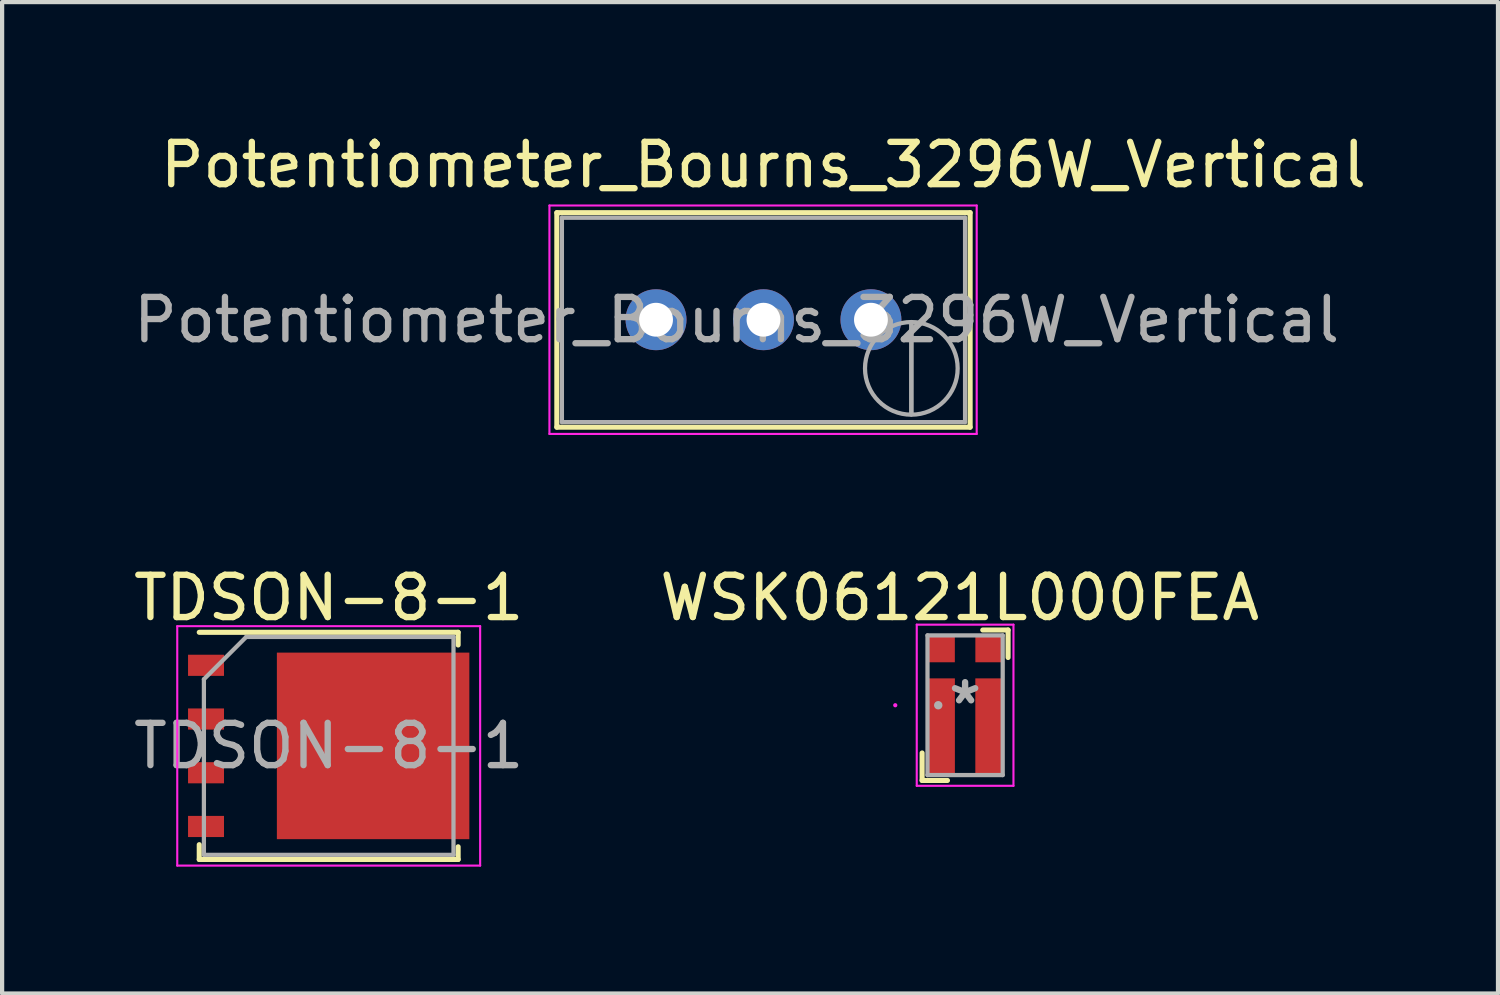
<source format=kicad_pcb>
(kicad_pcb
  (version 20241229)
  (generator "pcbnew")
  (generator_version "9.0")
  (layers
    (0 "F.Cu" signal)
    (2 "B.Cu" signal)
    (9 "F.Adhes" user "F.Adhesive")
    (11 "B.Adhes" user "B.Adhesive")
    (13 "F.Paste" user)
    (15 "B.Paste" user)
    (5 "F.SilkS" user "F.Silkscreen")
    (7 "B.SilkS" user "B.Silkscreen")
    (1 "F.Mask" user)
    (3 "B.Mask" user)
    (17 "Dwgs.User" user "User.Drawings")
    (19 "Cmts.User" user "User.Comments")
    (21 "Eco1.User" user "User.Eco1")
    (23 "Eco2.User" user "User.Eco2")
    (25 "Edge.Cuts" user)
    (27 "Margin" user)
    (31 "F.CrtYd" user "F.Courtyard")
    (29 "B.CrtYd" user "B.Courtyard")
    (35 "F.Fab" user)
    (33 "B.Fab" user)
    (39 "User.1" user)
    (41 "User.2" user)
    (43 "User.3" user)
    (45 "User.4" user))
  (footprint "Potentiometer_Bourns_3296W_Vertical"
    (layer "F.Cu")
    (at 17.538 4.508)
    (property "Reference" "Potentiometer_Bourns_3296W_Vertical" (at -2.54 -3.66 0) (layer "F.SilkS") (effects (font (size 1 1) (thickness 0.15))))
    (attr through_hole)
    (fp_line (start -7.425 -2.53) (end -7.425 2.54) (stroke (width 0.12) (type solid)) (layer "F.SilkS"))
    (fp_line (start -7.425 -2.53) (end 2.345 -2.53) (stroke (width 0.12) (type solid)) (layer "F.SilkS"))
    (fp_line (start -7.425 2.54) (end 2.345 2.54) (stroke (width 0.12) (type solid)) (layer "F.SilkS"))
    (fp_line (start 2.345 -2.53) (end 2.345 2.54) (stroke (width 0.12) (type solid)) (layer "F.SilkS"))
    (fp_line (start -7.6 -2.7) (end -7.6 2.7) (stroke (width 0.05) (type solid)) (layer "F.CrtYd"))
    (fp_line (start -7.6 2.7) (end 2.5 2.7) (stroke (width 0.05) (type solid)) (layer "F.CrtYd"))
    (fp_line (start 2.5 -2.7) (end -7.6 -2.7) (stroke (width 0.05) (type solid)) (layer "F.CrtYd"))
    (fp_line (start 2.5 2.7) (end 2.5 -2.7) (stroke (width 0.05) (type solid)) (layer "F.CrtYd"))
    (fp_line (start -7.305 -2.41) (end -7.305 2.42) (stroke (width 0.1) (type solid)) (layer "F.Fab"))
    (fp_line (start -7.305 2.42) (end 2.225 2.42) (stroke (width 0.1) (type solid)) (layer "F.Fab"))
    (fp_line (start 0.955 2.235) (end 0.956 0.066) (stroke (width 0.1) (type solid)) (layer "F.Fab"))
    (fp_line (start 0.955 2.235) (end 0.956 0.066) (stroke (width 0.1) (type solid)) (layer "F.Fab"))
    (fp_line (start 2.225 -2.41) (end -7.305 -2.41) (stroke (width 0.1) (type solid)) (layer "F.Fab"))
    (fp_line (start 2.225 2.42) (end 2.225 -2.41) (stroke (width 0.1) (type solid)) (layer "F.Fab"))
    (fp_circle (center 0.955 1.15) (end 2.05 1.15) (stroke (width 0.1) (type solid)) (fill no) (layer "F.Fab"))
    (fp_text user "${REFERENCE}" (at -3.175 0.005 0) (layer "F.Fab") (effects (font (size 1 1) (thickness 0.15))))
    (pad "1" thru_hole circle (at 0 0) (size 1.44 1.44) (drill 0.8) (layers "*.Cu" "*.Mask"))
    (pad "2" thru_hole circle (at -2.54 0) (size 1.44 1.44) (drill 0.8) (layers "*.Cu" "*.Mask"))
    (pad "3" thru_hole circle (at -5.08 0) (size 1.44 1.44) (drill 0.8) (layers "*.Cu" "*.Mask")))
  (footprint "WSK06121L000FEA"
    (layer "F.Cu")
    (at 19.764 13.621)
    (property "Reference" "WSK06121L000FEA" (at -0.127 -2.54 0) (layer "F.SilkS") (effects (font (size 1 1) (thickness 0.15))))
    (attr through_hole)
    (fp_line (start -1.016 1.128) (end -1.016 1.778) (stroke (width 0.12) (type solid)) (layer "F.SilkS"))
    (fp_line (start -1.016 1.778) (end -0.417 1.778) (stroke (width 0.12) (type solid)) (layer "F.SilkS"))
    (fp_line (start 1.016 -1.778) (end 0.417 -1.778) (stroke (width 0.12) (type solid)) (layer "F.SilkS"))
    (fp_line (start 1.016 -1.128) (end 1.016 -1.778) (stroke (width 0.12) (type solid)) (layer "F.SilkS"))
    (fp_line (start -1.143 -1.905) (end -1.143 1.905) (stroke (width 0.05) (type solid)) (layer "F.CrtYd"))
    (fp_line (start -1.143 1.905) (end 1.143 1.905) (stroke (width 0.05) (type solid)) (layer "F.CrtYd"))
    (fp_line (start 1.143 -1.905) (end -1.143 -1.905) (stroke (width 0.05) (type solid)) (layer "F.CrtYd"))
    (fp_line (start 1.143 1.905) (end 1.143 -1.905) (stroke (width 0.05) (type solid)) (layer "F.CrtYd"))
    (fp_circle (center -1.651 0) (end -1.651 0) (stroke (width 0.05) (type solid)) (fill no) (layer "F.CrtYd"))
    (fp_line (start -0.889 -1.651) (end -0.889 1.651) (stroke (width 0.1) (type solid)) (layer "F.Fab"))
    (fp_line (start -0.889 1.651) (end 0.889 1.651) (stroke (width 0.1) (type solid)) (layer "F.Fab"))
    (fp_line (start 0.889 -1.651) (end -0.889 -1.651) (stroke (width 0.1) (type solid)) (layer "F.Fab"))
    (fp_line (start 0.889 1.651) (end 0.889 -1.651) (stroke (width 0.1) (type solid)) (layer "F.Fab"))
    (fp_circle (center -0.635 0) (end -0.635 0) (stroke (width 0.1) (type solid)) (fill no) (layer "F.Fab"))
    (fp_text user "*" (at 0 0 0) (layer "F.Fab") (effects (font (size 1 1) (thickness 0.15))))
    (pad "E1" smd rect (at -0.56 -1.333) (size 0.635 0.635) (layers "F.Cu" "F.Mask" "F.Paste"))
    (pad "E2" smd rect (at 0.56 -1.333) (size 0.635 0.635) (layers "F.Cu" "F.Mask" "F.Paste"))
    (pad "I1" smd rect (at -0.559 0.508) (size 0.635 2.286) (layers "F.Cu" "F.Mask" "F.Paste"))
    (pad "I2" smd rect (at 0.559 0.508) (size 0.635 2.286) (layers "F.Cu" "F.Mask" "F.Paste")))
  (footprint "TDSON-8-1"
    (layer "F.Cu")
    (at 4.72 14.582)
    (property "Reference" "TDSON-8-1" (at 0 -3.5 180) (layer "F.SilkS") (effects (font (size 1 1) (thickness 0.15))))
    (attr smd)
    (fp_line (start -3.06 2.335) (end -3.06 2.685) (stroke (width 0.12) (type solid)) (layer "F.SilkS"))
    (fp_line (start 3.06 -2.685) (end -3.06 -2.685) (stroke (width 0.12) (type solid)) (layer "F.SilkS"))
    (fp_line (start 3.06 -2.385) (end 3.06 -2.685) (stroke (width 0.12) (type solid)) (layer "F.SilkS"))
    (fp_line (start 3.06 2.385) (end 3.06 2.685) (stroke (width 0.12) (type solid)) (layer "F.SilkS"))
    (fp_line (start 3.06 2.685) (end -3.06 2.685) (stroke (width 0.12) (type solid)) (layer "F.SilkS"))
    (fp_line (start -3.58 -2.83) (end -3.58 2.83) (stroke (width 0.05) (type solid)) (layer "F.CrtYd"))
    (fp_line (start -3.58 2.83) (end 3.58 2.83) (stroke (width 0.05) (type solid)) (layer "F.CrtYd"))
    (fp_line (start 3.58 -2.83) (end -3.58 -2.83) (stroke (width 0.05) (type solid)) (layer "F.CrtYd"))
    (fp_line (start 3.58 2.83) (end 3.58 -2.83) (stroke (width 0.05) (type solid)) (layer "F.CrtYd"))
    (fp_line (start -2.95 2.575) (end -2.95 -1.575) (stroke (width 0.1) (type solid)) (layer "F.Fab"))
    (fp_line (start -1.95 -2.575) (end -2.95 -1.575) (stroke (width 0.1) (type solid)) (layer "F.Fab"))
    (fp_line (start -1.95 -2.575) (end 2.95 -2.575) (stroke (width 0.1) (type solid)) (layer "F.Fab"))
    (fp_line (start 2.95 -2.575) (end 2.95 2.575) (stroke (width 0.1) (type solid)) (layer "F.Fab"))
    (fp_line (start 2.95 2.575) (end -2.95 2.575) (stroke (width 0.1) (type solid)) (layer "F.Fab"))
    (fp_text user "${REFERENCE}" (at 0 0 180) (layer "F.Fab") (effects (font (size 1 1) (thickness 0.15))))
    (pad "" smd rect (at -0.2 -0.85) (size 1.5 1.5) (layers "F.Paste"))
    (pad "" smd rect (at -0.2 0.85) (size 1.5 1.5) (layers "F.Paste"))
    (pad "" smd custom (at 0.65 0) (size 3.75 4.41) (layers "F.Mask") (options (anchor rect)) (primitives (gr_poly (pts (xy 1.875 -2.205) (xy 2.675 -2.205) (xy 2.675 -1.605) (xy 1.875 -1.605)) (width 0) (fill yes)) (gr_poly (pts (xy 1.875 -0.935) (xy 2.675 -0.935) (xy 2.675 -0.335) (xy 1.875 -0.335)) (width 0) (fill yes)) (gr_poly (pts (xy 1.875 0.335) (xy 2.675 0.335) (xy 2.675 0.935) (xy 1.875 0.935)) (width 0) (fill yes)) (gr_poly (pts (xy 1.875 1.605) (xy 2.675 1.605) (xy 2.675 2.205) (xy 1.875 2.205)) (width 0) (fill yes))))
    (pad "" smd rect (at 1.5 -0.85) (size 1.5 1.5) (layers "F.Paste"))
    (pad "" smd rect (at 1.5 0.85) (size 1.5 1.5) (layers "F.Paste"))
    (pad "" smd rect (at 2.905 -1.905) (size 0.75 0.5) (layers "F.Paste"))
    (pad "" smd rect (at 2.905 -0.635) (size 0.75 0.5) (layers "F.Paste"))
    (pad "" smd rect (at 2.905 0.635) (size 0.75 0.5) (layers "F.Paste"))
    (pad "" smd rect (at 2.905 1.905) (size 0.75 0.5) (layers "F.Paste"))
    (pad "1" smd rect (at -2.9 -1.905) (size 0.85 0.5) (layers "F.Cu" "F.Mask" "F.Paste"))
    (pad "2" smd rect (at -2.9 -0.635) (size 0.85 0.5) (layers "F.Cu" "F.Mask" "F.Paste"))
    (pad "3" smd rect (at -2.9 0.635) (size 0.85 0.5) (layers "F.Cu" "F.Mask" "F.Paste"))
    (pad "4" smd rect (at -2.9 1.905) (size 0.85 0.5) (layers "F.Cu" "F.Mask" "F.Paste"))
    (pad "5" smd rect (at 1.05 0) (size 4.55 4.41) (layers "F.Cu")))
  (gr_rect
    (start -3 -3)
    (end 32.361 20.436)
    (stroke (width 0.1) (type default))
    (fill no)
    (layer "Edge.Cuts")))
</source>
